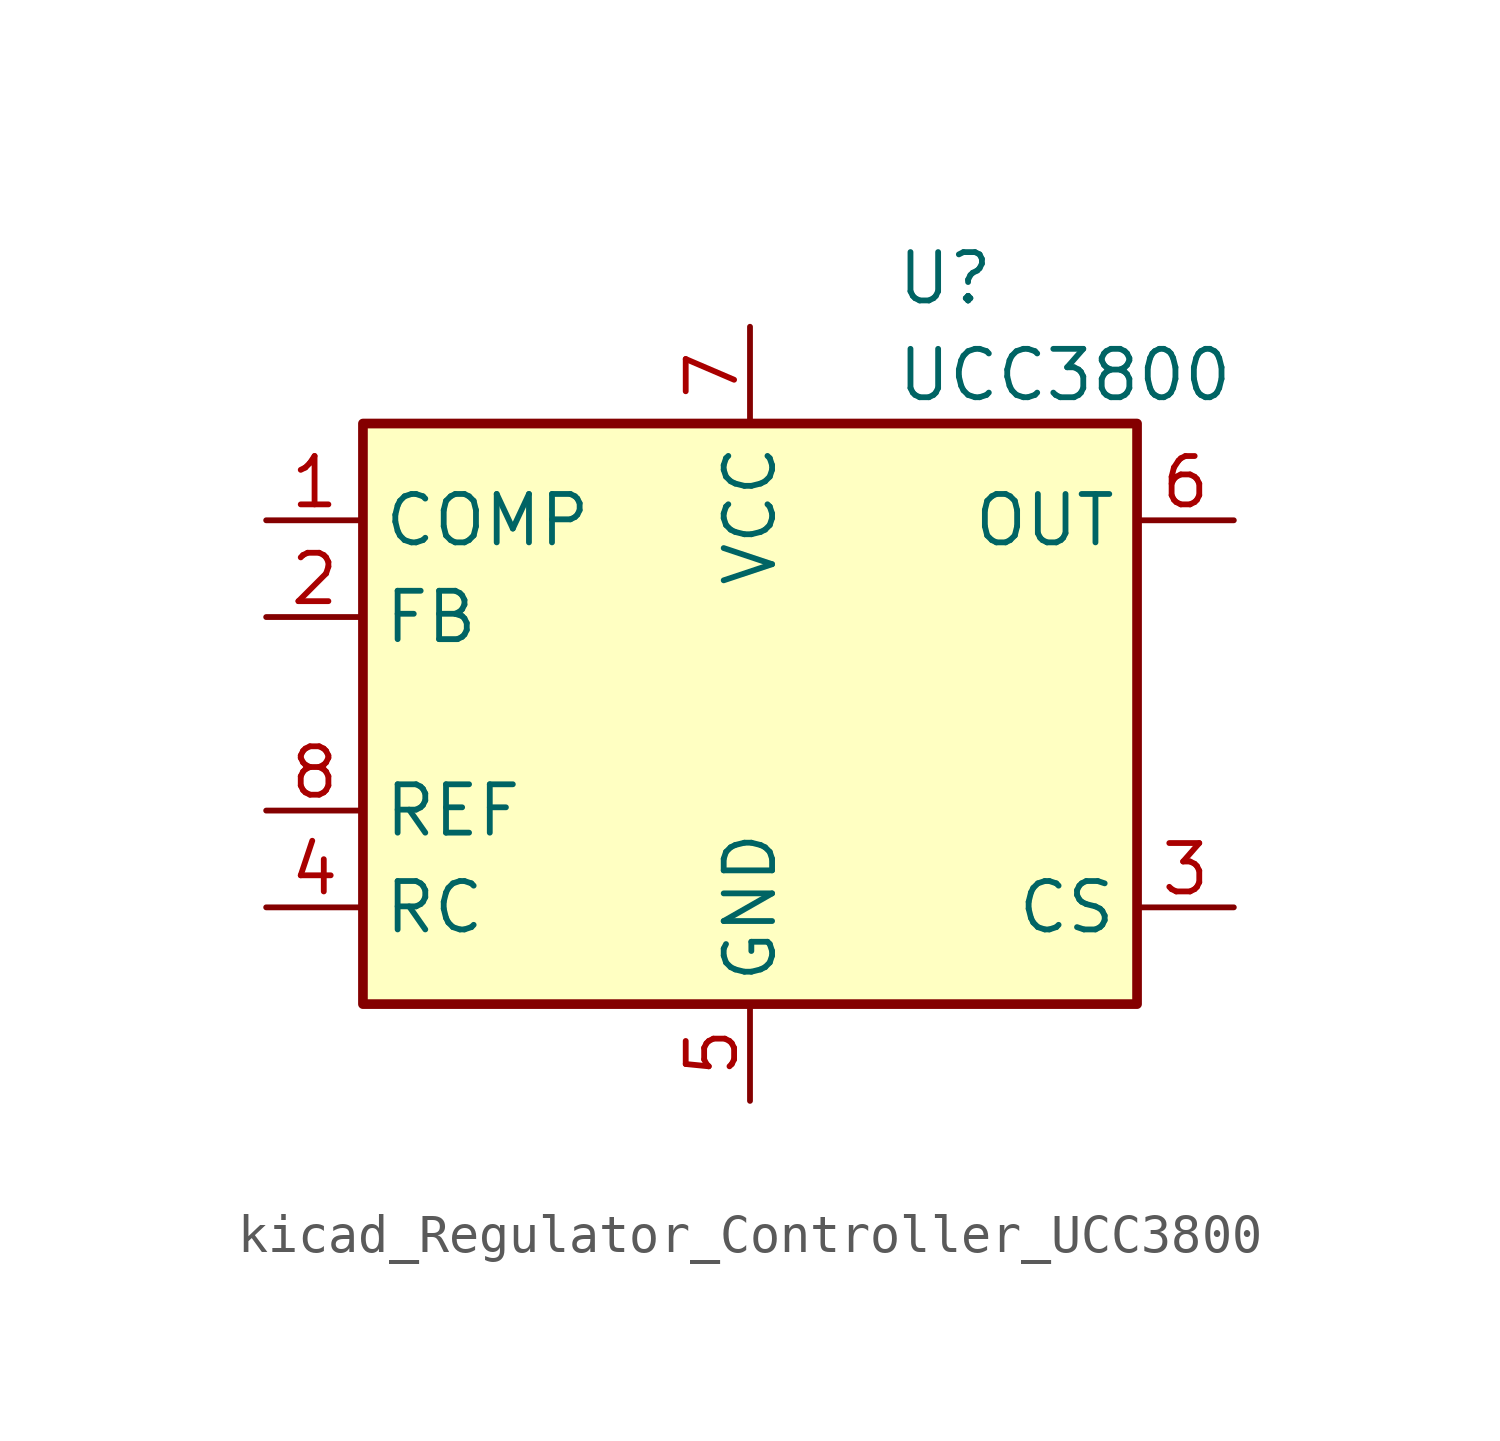
<source format=kicad_sym>
(kicad_symbol_lib
  (version 20220914)
  (generator kicad_symbol_editor)
  (symbol "kicad_Regulator_Controller_UCC3800"
    (property "Reference" "U"
      (at 3.81 11.43 0)
      (effects (font (size 1.27 1.27)) (justify left)))
    (property "Value" "UCC3800"
      (at 3.81 8.89 0)
      (effects (font (size 1.27 1.27)) (justify left)))
    (symbol "kicad_Regulator_Controller_UCC3800_0_1"
      (rectangle (start -10.16 -7.62) (end 10.16 7.62) (stroke (width 0.254) (type default)) (fill (type background))))
    (symbol "kicad_Regulator_Controller_UCC3800_1_1"
      (pin passive line (at -12.7 5.08 0) (length 2.54) (name "COMP" (effects (font (size 1.27 1.27)))) (number "1" (effects (font (size 1.27 1.27)))))
      (pin input line (at -12.7 2.54 0) (length 2.54) (name "FB" (effects (font (size 1.27 1.27)))) (number "2" (effects (font (size 1.27 1.27)))))
      (pin input line (at 12.7 -5.08 180) (length 2.54) (name "CS" (effects (font (size 1.27 1.27)))) (number "3" (effects (font (size 1.27 1.27)))))
      (pin passive line (at -12.7 -5.08 0) (length 2.54) (name "RC" (effects (font (size 1.27 1.27)))) (number "4" (effects (font (size 1.27 1.27)))))
      (pin power_in line (at 0 -10.16 90) (length 2.54) (name "GND" (effects (font (size 1.27 1.27)))) (number "5" (effects (font (size 1.27 1.27)))))
      (pin output line (at 12.7 5.08 180) (length 2.54) (name "OUT" (effects (font (size 1.27 1.27)))) (number "6" (effects (font (size 1.27 1.27)))))
      (pin power_in line (at 0 10.16 270) (length 2.54) (name "VCC" (effects (font (size 1.27 1.27)))) (number "7" (effects (font (size 1.27 1.27)))))
      (pin power_in line (at -12.7 -2.54 0) (length 2.54) (name "REF" (effects (font (size 1.27 1.27)))) (number "8" (effects (font (size 1.27 1.27))))))))
</source>
